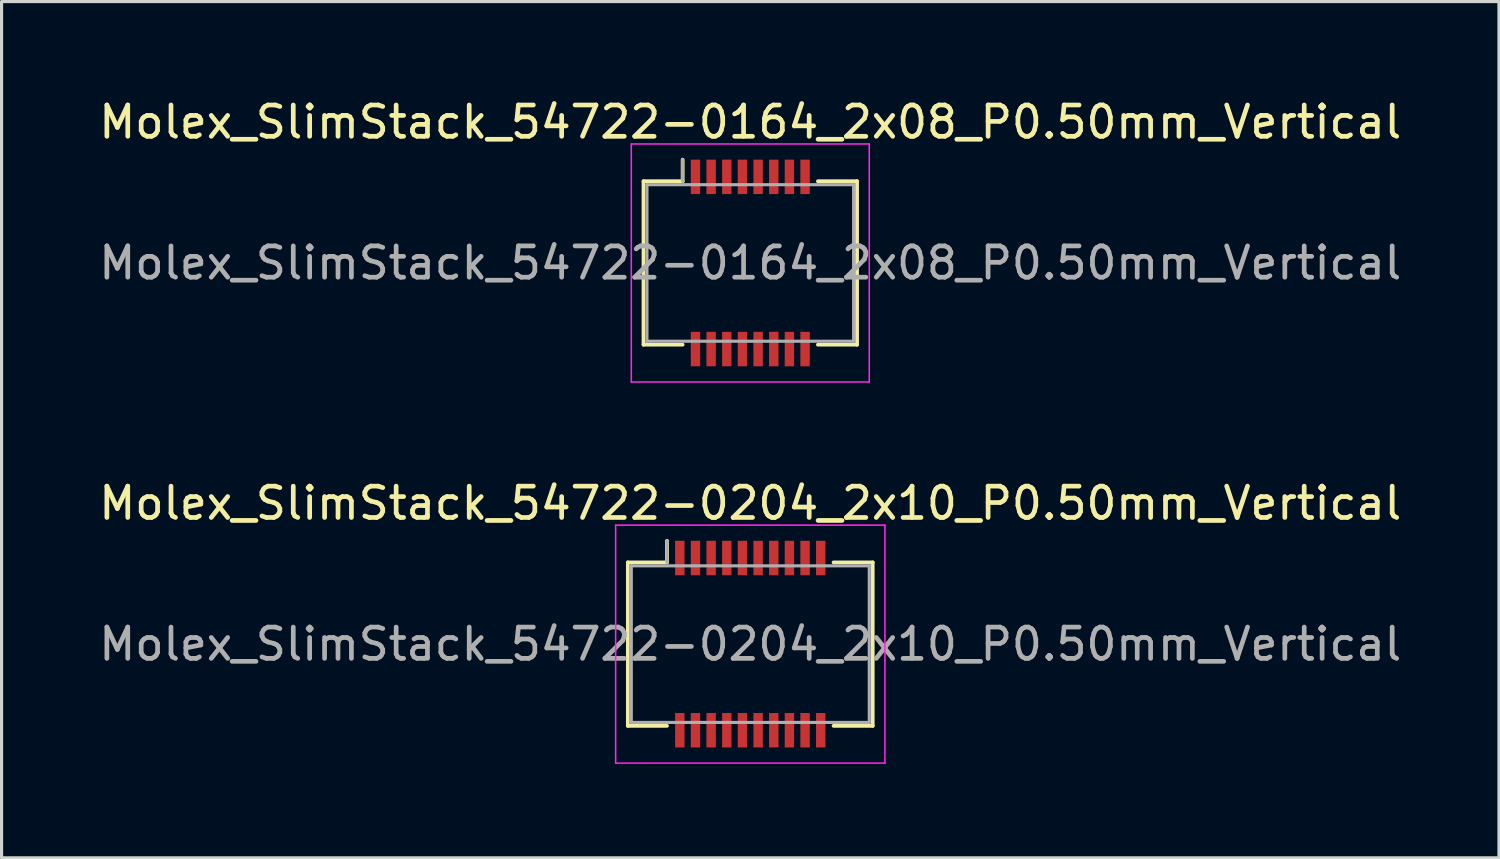
<source format=kicad_pcb>
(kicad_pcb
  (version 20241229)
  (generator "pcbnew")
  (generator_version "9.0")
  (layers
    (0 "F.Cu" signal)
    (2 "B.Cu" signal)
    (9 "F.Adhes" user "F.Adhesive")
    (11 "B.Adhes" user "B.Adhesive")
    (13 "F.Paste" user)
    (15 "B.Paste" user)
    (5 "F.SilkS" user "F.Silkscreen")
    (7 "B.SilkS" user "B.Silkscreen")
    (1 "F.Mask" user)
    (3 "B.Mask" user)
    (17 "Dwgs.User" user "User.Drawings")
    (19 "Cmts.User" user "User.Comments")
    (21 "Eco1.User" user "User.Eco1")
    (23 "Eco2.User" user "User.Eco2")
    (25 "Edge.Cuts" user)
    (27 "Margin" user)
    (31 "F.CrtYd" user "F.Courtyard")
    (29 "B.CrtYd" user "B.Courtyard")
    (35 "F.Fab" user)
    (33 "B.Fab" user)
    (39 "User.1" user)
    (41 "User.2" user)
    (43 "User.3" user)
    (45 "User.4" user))
  (footprint "Molex_SlimStack_54722-0164_2x08_P0.50mm_Vertical"
    (layer "F.Cu")
    (at 20.911 5.348)
    (property "Reference" "Molex_SlimStack_54722-0164_2x08_P0.50mm_Vertical" (at 0 -4.5 0) (layer "F.SilkS") (effects (font (size 1 1) (thickness 0.15))))
    (attr smd)
    (fp_line (start -3.41 -2.61) (end -2.16 -2.61) (stroke (width 0.12) (type solid)) (layer "F.SilkS"))
    (fp_line (start -3.41 2.61) (end -3.41 -2.61) (stroke (width 0.12) (type solid)) (layer "F.SilkS"))
    (fp_line (start -2.16 -2.61) (end -2.16 -3.3) (stroke (width 0.12) (type solid)) (layer "F.SilkS"))
    (fp_line (start -2.16 2.61) (end -3.41 2.61) (stroke (width 0.12) (type solid)) (layer "F.SilkS"))
    (fp_line (start 2.16 2.61) (end 3.41 2.61) (stroke (width 0.12) (type solid)) (layer "F.SilkS"))
    (fp_line (start 3.41 -2.61) (end 2.16 -2.61) (stroke (width 0.12) (type solid)) (layer "F.SilkS"))
    (fp_line (start 3.41 2.61) (end 3.41 -2.61) (stroke (width 0.12) (type solid)) (layer "F.SilkS"))
    (fp_line (start -3.8 -3.8) (end -3.8 3.8) (stroke (width 0.05) (type solid)) (layer "F.CrtYd"))
    (fp_line (start -3.8 3.8) (end 3.8 3.8) (stroke (width 0.05) (type solid)) (layer "F.CrtYd"))
    (fp_line (start 3.8 -3.8) (end -3.8 -3.8) (stroke (width 0.05) (type solid)) (layer "F.CrtYd"))
    (fp_line (start 3.8 3.8) (end 3.8 -3.8) (stroke (width 0.05) (type solid)) (layer "F.CrtYd"))
    (fp_line (start -3.3 -2.5) (end -3.3 2.5) (stroke (width 0.1) (type solid)) (layer "F.Fab"))
    (fp_line (start -3.3 2.5) (end 3.3 2.5) (stroke (width 0.1) (type solid)) (layer "F.Fab"))
    (fp_line (start -2.16 -2.61) (end -2.16 -3.3) (stroke (width 0.1) (type solid)) (layer "F.Fab"))
    (fp_line (start 3.3 -2.5) (end -3.3 -2.5) (stroke (width 0.1) (type solid)) (layer "F.Fab"))
    (fp_line (start 3.3 2.5) (end 3.3 -2.5) (stroke (width 0.1) (type solid)) (layer "F.Fab"))
    (fp_text user "${REFERENCE}" (at 0 0 0) (layer "F.Fab") (effects (font (size 1 1) (thickness 0.15))))
    (pad "1" smd rect (at -1.75 -2.75) (size 0.3 1.1) (layers "F.Cu" "F.Mask" "F.Paste"))
    (pad "2" smd rect (at -1.75 2.75) (size 0.3 1.1) (layers "F.Cu" "F.Mask" "F.Paste"))
    (pad "3" smd rect (at -1.25 -2.75) (size 0.3 1.1) (layers "F.Cu" "F.Mask" "F.Paste"))
    (pad "4" smd rect (at -1.25 2.75) (size 0.3 1.1) (layers "F.Cu" "F.Mask" "F.Paste"))
    (pad "5" smd rect (at -0.75 -2.75) (size 0.3 1.1) (layers "F.Cu" "F.Mask" "F.Paste"))
    (pad "6" smd rect (at -0.75 2.75) (size 0.3 1.1) (layers "F.Cu" "F.Mask" "F.Paste"))
    (pad "7" smd rect (at -0.25 -2.75) (size 0.3 1.1) (layers "F.Cu" "F.Mask" "F.Paste"))
    (pad "8" smd rect (at -0.25 2.75) (size 0.3 1.1) (layers "F.Cu" "F.Mask" "F.Paste"))
    (pad "9" smd rect (at 0.25 -2.75) (size 0.3 1.1) (layers "F.Cu" "F.Mask" "F.Paste"))
    (pad "10" smd rect (at 0.25 2.75) (size 0.3 1.1) (layers "F.Cu" "F.Mask" "F.Paste"))
    (pad "11" smd rect (at 0.75 -2.75) (size 0.3 1.1) (layers "F.Cu" "F.Mask" "F.Paste"))
    (pad "12" smd rect (at 0.75 2.75) (size 0.3 1.1) (layers "F.Cu" "F.Mask" "F.Paste"))
    (pad "13" smd rect (at 1.25 -2.75) (size 0.3 1.1) (layers "F.Cu" "F.Mask" "F.Paste"))
    (pad "14" smd rect (at 1.25 2.75) (size 0.3 1.1) (layers "F.Cu" "F.Mask" "F.Paste"))
    (pad "15" smd rect (at 1.75 -2.75) (size 0.3 1.1) (layers "F.Cu" "F.Mask" "F.Paste"))
    (pad "16" smd rect (at 1.75 2.75) (size 0.3 1.1) (layers "F.Cu" "F.Mask" "F.Paste")))
  (footprint "Molex_SlimStack_54722-0204_2x10_P0.50mm_Vertical"
    (layer "F.Cu")
    (at 20.911 17.521)
    (property "Reference" "Molex_SlimStack_54722-0204_2x10_P0.50mm_Vertical" (at 0 -4.5 0) (layer "F.SilkS") (effects (font (size 1 1) (thickness 0.15))))
    (attr smd)
    (fp_line (start -3.91 -2.61) (end -2.66 -2.61) (stroke (width 0.12) (type solid)) (layer "F.SilkS"))
    (fp_line (start -3.91 2.61) (end -3.91 -2.61) (stroke (width 0.12) (type solid)) (layer "F.SilkS"))
    (fp_line (start -2.66 -2.61) (end -2.66 -3.3) (stroke (width 0.12) (type solid)) (layer "F.SilkS"))
    (fp_line (start -2.66 2.61) (end -3.91 2.61) (stroke (width 0.12) (type solid)) (layer "F.SilkS"))
    (fp_line (start 2.66 2.61) (end 3.91 2.61) (stroke (width 0.12) (type solid)) (layer "F.SilkS"))
    (fp_line (start 3.91 -2.61) (end 2.66 -2.61) (stroke (width 0.12) (type solid)) (layer "F.SilkS"))
    (fp_line (start 3.91 2.61) (end 3.91 -2.61) (stroke (width 0.12) (type solid)) (layer "F.SilkS"))
    (fp_line (start -4.3 -3.8) (end -4.3 3.8) (stroke (width 0.05) (type solid)) (layer "F.CrtYd"))
    (fp_line (start -4.3 3.8) (end 4.3 3.8) (stroke (width 0.05) (type solid)) (layer "F.CrtYd"))
    (fp_line (start 4.3 -3.8) (end -4.3 -3.8) (stroke (width 0.05) (type solid)) (layer "F.CrtYd"))
    (fp_line (start 4.3 3.8) (end 4.3 -3.8) (stroke (width 0.05) (type solid)) (layer "F.CrtYd"))
    (fp_line (start -3.8 -2.5) (end -3.8 2.5) (stroke (width 0.1) (type solid)) (layer "F.Fab"))
    (fp_line (start -3.8 2.5) (end 3.8 2.5) (stroke (width 0.1) (type solid)) (layer "F.Fab"))
    (fp_line (start -2.66 -2.61) (end -2.66 -3.3) (stroke (width 0.1) (type solid)) (layer "F.Fab"))
    (fp_line (start 3.8 -2.5) (end -3.8 -2.5) (stroke (width 0.1) (type solid)) (layer "F.Fab"))
    (fp_line (start 3.8 2.5) (end 3.8 -2.5) (stroke (width 0.1) (type solid)) (layer "F.Fab"))
    (fp_text user "${REFERENCE}" (at 0 0 0) (layer "F.Fab") (effects (font (size 1 1) (thickness 0.15))))
    (pad "1" smd rect (at -2.25 -2.75) (size 0.3 1.1) (layers "F.Cu" "F.Mask" "F.Paste"))
    (pad "2" smd rect (at -2.25 2.75) (size 0.3 1.1) (layers "F.Cu" "F.Mask" "F.Paste"))
    (pad "3" smd rect (at -1.75 -2.75) (size 0.3 1.1) (layers "F.Cu" "F.Mask" "F.Paste"))
    (pad "4" smd rect (at -1.75 2.75) (size 0.3 1.1) (layers "F.Cu" "F.Mask" "F.Paste"))
    (pad "5" smd rect (at -1.25 -2.75) (size 0.3 1.1) (layers "F.Cu" "F.Mask" "F.Paste"))
    (pad "6" smd rect (at -1.25 2.75) (size 0.3 1.1) (layers "F.Cu" "F.Mask" "F.Paste"))
    (pad "7" smd rect (at -0.75 -2.75) (size 0.3 1.1) (layers "F.Cu" "F.Mask" "F.Paste"))
    (pad "8" smd rect (at -0.75 2.75) (size 0.3 1.1) (layers "F.Cu" "F.Mask" "F.Paste"))
    (pad "9" smd rect (at -0.25 -2.75) (size 0.3 1.1) (layers "F.Cu" "F.Mask" "F.Paste"))
    (pad "10" smd rect (at -0.25 2.75) (size 0.3 1.1) (layers "F.Cu" "F.Mask" "F.Paste"))
    (pad "11" smd rect (at 0.25 -2.75) (size 0.3 1.1) (layers "F.Cu" "F.Mask" "F.Paste"))
    (pad "12" smd rect (at 0.25 2.75) (size 0.3 1.1) (layers "F.Cu" "F.Mask" "F.Paste"))
    (pad "13" smd rect (at 0.75 -2.75) (size 0.3 1.1) (layers "F.Cu" "F.Mask" "F.Paste"))
    (pad "14" smd rect (at 0.75 2.75) (size 0.3 1.1) (layers "F.Cu" "F.Mask" "F.Paste"))
    (pad "15" smd rect (at 1.25 -2.75) (size 0.3 1.1) (layers "F.Cu" "F.Mask" "F.Paste"))
    (pad "16" smd rect (at 1.25 2.75) (size 0.3 1.1) (layers "F.Cu" "F.Mask" "F.Paste"))
    (pad "17" smd rect (at 1.75 -2.75) (size 0.3 1.1) (layers "F.Cu" "F.Mask" "F.Paste"))
    (pad "18" smd rect (at 1.75 2.75) (size 0.3 1.1) (layers "F.Cu" "F.Mask" "F.Paste"))
    (pad "19" smd rect (at 2.25 -2.75) (size 0.3 1.1) (layers "F.Cu" "F.Mask" "F.Paste"))
    (pad "20" smd rect (at 2.25 2.75) (size 0.3 1.1) (layers "F.Cu" "F.Mask" "F.Paste")))
  (gr_rect
    (start -3 -3)
    (end 44.821 24.346)
    (stroke (width 0.1) (type default))
    (fill no)
    (layer "Edge.Cuts")))
</source>
